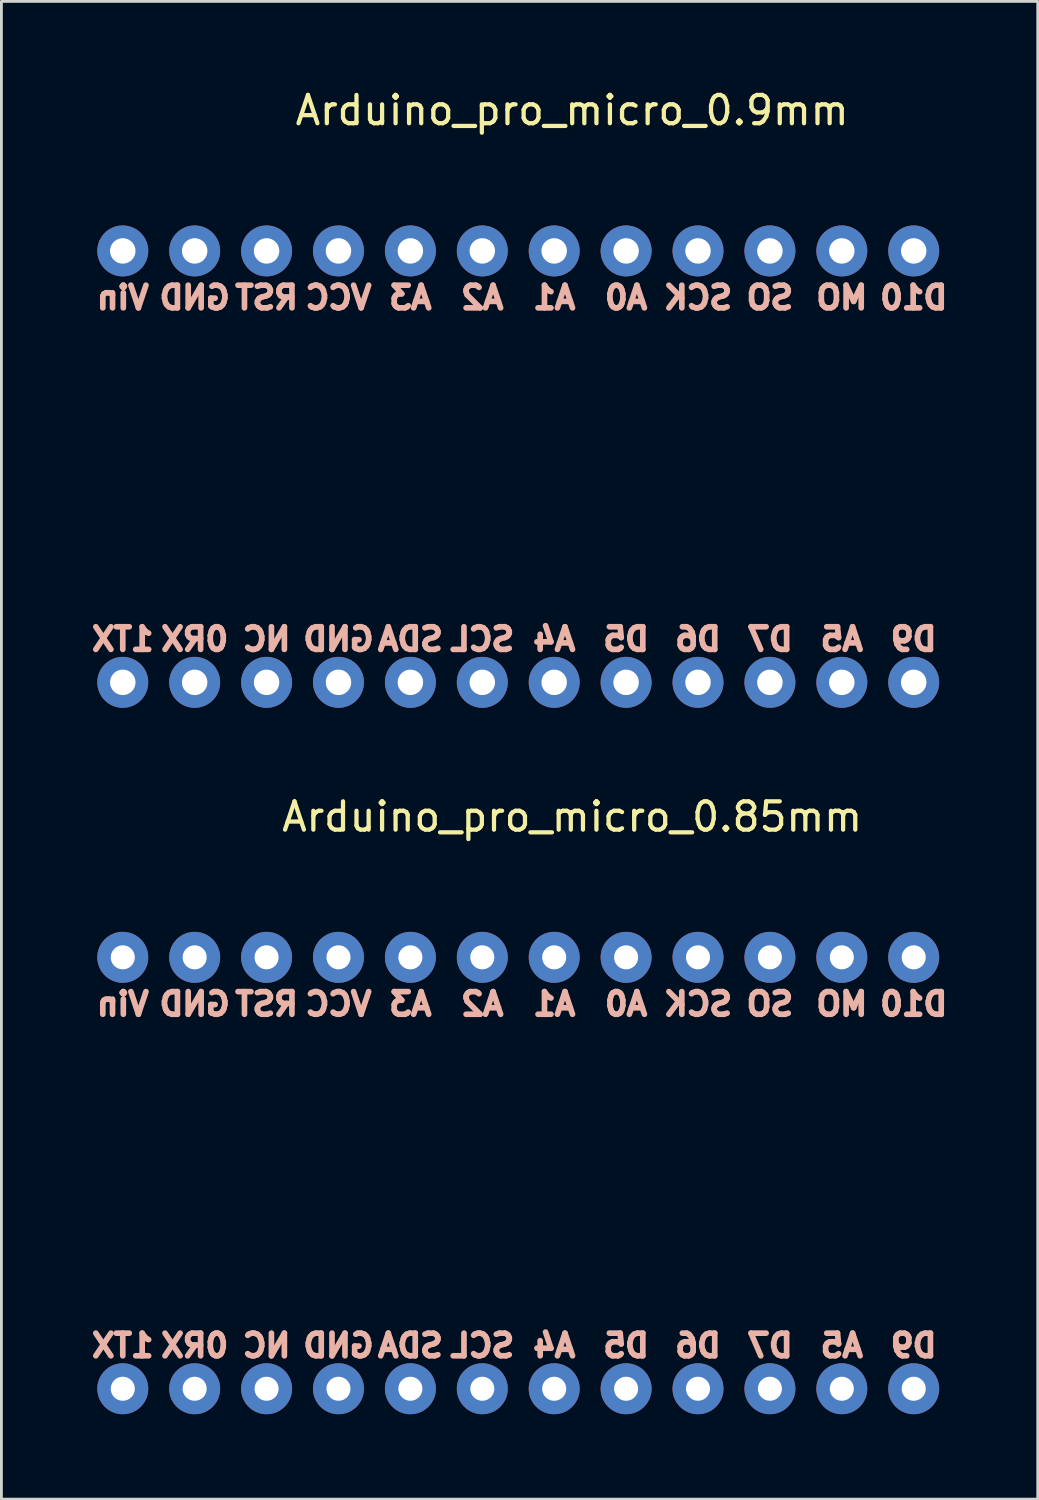
<source format=kicad_pcb>
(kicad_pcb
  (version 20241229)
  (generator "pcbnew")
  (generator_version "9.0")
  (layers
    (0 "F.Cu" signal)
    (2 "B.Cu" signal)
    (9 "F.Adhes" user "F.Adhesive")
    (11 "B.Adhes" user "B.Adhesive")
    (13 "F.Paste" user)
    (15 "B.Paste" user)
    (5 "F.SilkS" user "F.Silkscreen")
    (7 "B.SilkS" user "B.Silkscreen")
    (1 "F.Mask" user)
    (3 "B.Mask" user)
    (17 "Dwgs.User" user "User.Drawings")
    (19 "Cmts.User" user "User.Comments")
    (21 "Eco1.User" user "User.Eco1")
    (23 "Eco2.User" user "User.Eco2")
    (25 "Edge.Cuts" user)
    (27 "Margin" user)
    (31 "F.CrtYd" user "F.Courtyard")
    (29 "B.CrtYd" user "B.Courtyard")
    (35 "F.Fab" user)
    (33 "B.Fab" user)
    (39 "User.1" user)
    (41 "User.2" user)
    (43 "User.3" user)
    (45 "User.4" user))
  (footprint "Arduino_pro_micro_0.85mm"
    (layer "F.Cu")
    (at 13.987 35.848)
    (property "Reference" "Arduino_pro_micro_0.85mm" (at 3.175 -10.046 0) (layer "F.SilkS") (effects (font (size 1 1) (thickness 0.15))))
    (attr through_hole)
    (fp_text user "NC" (at -7.62 8.636 0) (layer "B.SilkS") (effects (font (size 0.8 0.8) (thickness 0.2)) (justify mirror)))
    (fp_text user "A1" (at 2.54 -3.429 0) (layer "B.SilkS") (effects (font (size 0.8 0.8) (thickness 0.2)) (justify mirror)))
    (fp_text user "SCK" (at 7.62 -3.429 0) (layer "B.SilkS") (effects (font (size 0.8 0.8) (thickness 0.2)) (justify mirror)))
    (fp_text user "A5" (at 12.7 8.636 0) (layer "B.SilkS") (effects (font (size 0.8 0.8) (thickness 0.2)) (justify mirror)))
    (fp_text user "D9" (at 15.24 8.636 0) (layer "B.SilkS") (effects (font (size 0.8 0.8) (thickness 0.2)) (justify mirror)))
    (fp_text user "A4" (at 2.54 8.636 0) (layer "B.SilkS") (effects (font (size 0.8 0.8) (thickness 0.2)) (justify mirror)))
    (fp_text user "D7" (at 10.16 8.636 0) (layer "B.SilkS") (effects (font (size 0.8 0.8) (thickness 0.2)) (justify mirror)))
    (fp_text user "VCC" (at -5.08 -3.429 0) (layer "B.SilkS") (effects (font (size 0.8 0.8) (thickness 0.2)) (justify mirror)))
    (fp_text user "D10" (at 15.24 -3.429 0) (layer "B.SilkS") (effects (font (size 0.8 0.8) (thickness 0.2)) (justify mirror)))
    (fp_text user "1TX" (at -12.7 8.636 0) (layer "B.SilkS") (effects (font (size 0.8 0.8) (thickness 0.2)) (justify mirror)))
    (fp_text user "D6" (at 7.62 8.636 0) (layer "B.SilkS") (effects (font (size 0.8 0.8) (thickness 0.2)) (justify mirror)))
    (fp_text user "SDA" (at -2.54 8.636 0) (layer "B.SilkS") (effects (font (size 0.8 0.8) (thickness 0.2)) (justify mirror)))
    (fp_text user "RST" (at -7.62 -3.429 0) (layer "B.SilkS") (effects (font (size 0.8 0.8) (thickness 0.2)) (justify mirror)))
    (fp_text user "SCL" (at 0 8.636 0) (layer "B.SilkS") (effects (font (size 0.8 0.8) (thickness 0.2)) (justify mirror)))
    (fp_text user "Vin" (at -12.7 -3.429 0) (layer "B.SilkS") (effects (font (size 0.8 0.8) (thickness 0.2)) (justify mirror)))
    (fp_text user "SO" (at 10.16 -3.429 0) (layer "B.SilkS") (effects (font (size 0.8 0.8) (thickness 0.2)) (justify mirror)))
    (fp_text user "A0" (at 5.08 -3.429 0) (layer "B.SilkS") (effects (font (size 0.8 0.8) (thickness 0.2)) (justify mirror)))
    (fp_text user "0RX" (at -10.16 8.636 0) (layer "B.SilkS") (effects (font (size 0.8 0.8) (thickness 0.2)) (justify mirror)))
    (fp_text user "D5" (at 5.08 8.636 0) (layer "B.SilkS") (effects (font (size 0.8 0.8) (thickness 0.2)) (justify mirror)))
    (fp_text user "GND" (at -10.16 -3.429 0) (layer "B.SilkS") (effects (font (size 0.8 0.8) (thickness 0.2)) (justify mirror)))
    (fp_text user "MO" (at 12.7 -3.429 0) (layer "B.SilkS") (effects (font (size 0.8 0.8) (thickness 0.2)) (justify mirror)))
    (fp_text user "A2" (at 0 -3.429 0) (layer "B.SilkS") (effects (font (size 0.8 0.8) (thickness 0.2)) (justify mirror)))
    (fp_text user "GND" (at -5.08 8.636 0) (layer "B.SilkS") (effects (font (size 0.8 0.8) (thickness 0.2)) (justify mirror)))
    (fp_text user "A3" (at -2.54 -3.429 0) (layer "B.SilkS") (effects (font (size 0.8 0.8) (thickness 0.2)) (justify mirror)))
    (pad "1" thru_hole circle (at -12.7 10.16) (size 1.8 1.8) (drill 0.85) (layers "*.Cu" "*.Mask"))
    (pad "2" thru_hole circle (at -10.16 10.16) (size 1.8 1.8) (drill 0.85) (layers "*.Cu" "*.Mask"))
    (pad "3" thru_hole circle (at -7.62 10.16) (size 1.8 1.8) (drill 0.85) (layers "*.Cu" "*.Mask"))
    (pad "4" thru_hole circle (at -5.08 10.16) (size 1.8 1.8) (drill 0.85) (layers "*.Cu" "*.Mask"))
    (pad "5" thru_hole circle (at -2.54 10.16) (size 1.8 1.8) (drill 0.85) (layers "*.Cu" "*.Mask"))
    (pad "6" thru_hole circle (at 0 10.16) (size 1.8 1.8) (drill 0.85) (layers "*.Cu" "*.Mask"))
    (pad "7" thru_hole circle (at 2.54 10.16) (size 1.8 1.8) (drill 0.85) (layers "*.Cu" "*.Mask"))
    (pad "8" thru_hole circle (at 5.08 10.16) (size 1.8 1.8) (drill 0.85) (layers "*.Cu" "*.Mask"))
    (pad "9" thru_hole circle (at 7.62 10.16) (size 1.8 1.8) (drill 0.85) (layers "*.Cu" "*.Mask"))
    (pad "10" thru_hole circle (at 10.16 10.16) (size 1.8 1.8) (drill 0.85) (layers "*.Cu" "*.Mask"))
    (pad "11" thru_hole circle (at 12.7 10.16) (size 1.8 1.8) (drill 0.85) (layers "*.Cu" "*.Mask"))
    (pad "12" thru_hole circle (at 15.24 10.16) (size 1.8 1.8) (drill 0.85) (layers "*.Cu" "*.Mask"))
    (pad "13" thru_hole circle (at 15.24 -5.08) (size 1.8 1.8) (drill 0.85) (layers "*.Cu" "*.Mask"))
    (pad "14" thru_hole circle (at 12.7 -5.08) (size 1.8 1.8) (drill 0.85) (layers "*.Cu" "*.Mask"))
    (pad "15" thru_hole circle (at 10.16 -5.08) (size 1.8 1.8) (drill 0.85) (layers "*.Cu" "*.Mask"))
    (pad "16" thru_hole circle (at 7.62 -5.08) (size 1.8 1.8) (drill 0.85) (layers "*.Cu" "*.Mask"))
    (pad "17" thru_hole circle (at 5.08 -5.08) (size 1.8 1.8) (drill 0.85) (layers "*.Cu" "*.Mask"))
    (pad "18" thru_hole circle (at 2.54 -5.08) (size 1.8 1.8) (drill 0.85) (layers "*.Cu" "*.Mask"))
    (pad "19" thru_hole circle (at 0 -5.08) (size 1.8 1.8) (drill 0.85) (layers "*.Cu" "*.Mask"))
    (pad "20" thru_hole circle (at -2.54 -5.08) (size 1.8 1.8) (drill 0.85) (layers "*.Cu" "*.Mask"))
    (pad "21" thru_hole circle (at -5.08 -5.08) (size 1.8 1.8) (drill 0.85) (layers "*.Cu" "*.Mask"))
    (pad "22" thru_hole circle (at -7.62 -5.08) (size 1.8 1.8) (drill 0.85) (layers "*.Cu" "*.Mask"))
    (pad "23" thru_hole circle (at -10.16 -5.08) (size 1.8 1.8) (drill 0.85) (layers "*.Cu" "*.Mask"))
    (pad "24" thru_hole circle (at -12.7 -5.08) (size 1.8 1.8) (drill 0.85) (layers "*.Cu" "*.Mask")))
  (footprint "Arduino_pro_micro_0.9mm"
    (layer "F.Cu")
    (at 13.987 10.894)
    (property "Reference" "Arduino_pro_micro_0.9mm" (at 3.175 -10.046 0) (layer "F.SilkS") (effects (font (size 1 1) (thickness 0.15))))
    (attr through_hole)
    (fp_text user "A0" (at 5.08 -3.429 0) (layer "B.SilkS") (effects (font (size 0.8 0.8) (thickness 0.2)) (justify mirror)))
    (fp_text user "D7" (at 10.16 8.636 0) (layer "B.SilkS") (effects (font (size 0.8 0.8) (thickness 0.2)) (justify mirror)))
    (fp_text user "SCK" (at 7.62 -3.429 0) (layer "B.SilkS") (effects (font (size 0.8 0.8) (thickness 0.2)) (justify mirror)))
    (fp_text user "MO" (at 12.7 -3.429 0) (layer "B.SilkS") (effects (font (size 0.8 0.8) (thickness 0.2)) (justify mirror)))
    (fp_text user "SO" (at 10.16 -3.429 0) (layer "B.SilkS") (effects (font (size 0.8 0.8) (thickness 0.2)) (justify mirror)))
    (fp_text user "D6" (at 7.62 8.636 0) (layer "B.SilkS") (effects (font (size 0.8 0.8) (thickness 0.2)) (justify mirror)))
    (fp_text user "RST" (at -7.62 -3.429 0) (layer "B.SilkS") (effects (font (size 0.8 0.8) (thickness 0.2)) (justify mirror)))
    (fp_text user "A1" (at 2.54 -3.429 0) (layer "B.SilkS") (effects (font (size 0.8 0.8) (thickness 0.2)) (justify mirror)))
    (fp_text user "1TX" (at -12.7 8.636 0) (layer "B.SilkS") (effects (font (size 0.8 0.8) (thickness 0.2)) (justify mirror)))
    (fp_text user "GND" (at -5.08 8.636 0) (layer "B.SilkS") (effects (font (size 0.8 0.8) (thickness 0.2)) (justify mirror)))
    (fp_text user "D5" (at 5.08 8.636 0) (layer "B.SilkS") (effects (font (size 0.8 0.8) (thickness 0.2)) (justify mirror)))
    (fp_text user "A2" (at 0 -3.429 0) (layer "B.SilkS") (effects (font (size 0.8 0.8) (thickness 0.2)) (justify mirror)))
    (fp_text user "D9" (at 15.24 8.636 0) (layer "B.SilkS") (effects (font (size 0.8 0.8) (thickness 0.2)) (justify mirror)))
    (fp_text user "NC" (at -7.62 8.636 0) (layer "B.SilkS") (effects (font (size 0.8 0.8) (thickness 0.2)) (justify mirror)))
    (fp_text user "A5" (at 12.7 8.636 0) (layer "B.SilkS") (effects (font (size 0.8 0.8) (thickness 0.2)) (justify mirror)))
    (fp_text user "0RX" (at -10.16 8.636 0) (layer "B.SilkS") (effects (font (size 0.8 0.8) (thickness 0.2)) (justify mirror)))
    (fp_text user "GND" (at -10.16 -3.429 0) (layer "B.SilkS") (effects (font (size 0.8 0.8) (thickness 0.2)) (justify mirror)))
    (fp_text user "D10" (at 15.24 -3.429 0) (layer "B.SilkS") (effects (font (size 0.8 0.8) (thickness 0.2)) (justify mirror)))
    (fp_text user "Vin" (at -12.7 -3.429 0) (layer "B.SilkS") (effects (font (size 0.8 0.8) (thickness 0.2)) (justify mirror)))
    (fp_text user "A4" (at 2.54 8.636 0) (layer "B.SilkS") (effects (font (size 0.8 0.8) (thickness 0.2)) (justify mirror)))
    (fp_text user "SDA" (at -2.54 8.636 0) (layer "B.SilkS") (effects (font (size 0.8 0.8) (thickness 0.2)) (justify mirror)))
    (fp_text user "A3" (at -2.54 -3.429 0) (layer "B.SilkS") (effects (font (size 0.8 0.8) (thickness 0.2)) (justify mirror)))
    (fp_text user "SCL" (at 0 8.636 0) (layer "B.SilkS") (effects (font (size 0.8 0.8) (thickness 0.2)) (justify mirror)))
    (fp_text user "VCC" (at -5.08 -3.429 0) (layer "B.SilkS") (effects (font (size 0.8 0.8) (thickness 0.2)) (justify mirror)))
    (pad "1" thru_hole circle (at -12.7 10.16) (size 1.8 1.8) (drill 0.9) (layers "*.Cu" "*.Mask"))
    (pad "2" thru_hole circle (at -10.16 10.16) (size 1.8 1.8) (drill 0.9) (layers "*.Cu" "*.Mask"))
    (pad "3" thru_hole circle (at -7.62 10.16) (size 1.8 1.8) (drill 0.9) (layers "*.Cu" "*.Mask"))
    (pad "4" thru_hole circle (at -5.08 10.16) (size 1.8 1.8) (drill 0.9) (layers "*.Cu" "*.Mask"))
    (pad "5" thru_hole circle (at -2.54 10.16) (size 1.8 1.8) (drill 0.9) (layers "*.Cu" "*.Mask"))
    (pad "6" thru_hole circle (at 0 10.16) (size 1.8 1.8) (drill 0.9) (layers "*.Cu" "*.Mask"))
    (pad "7" thru_hole circle (at 2.54 10.16) (size 1.8 1.8) (drill 0.9) (layers "*.Cu" "*.Mask"))
    (pad "8" thru_hole circle (at 5.08 10.16) (size 1.8 1.8) (drill 0.9) (layers "*.Cu" "*.Mask"))
    (pad "9" thru_hole circle (at 7.62 10.16) (size 1.8 1.8) (drill 0.9) (layers "*.Cu" "*.Mask"))
    (pad "10" thru_hole circle (at 10.16 10.16) (size 1.8 1.8) (drill 0.9) (layers "*.Cu" "*.Mask"))
    (pad "11" thru_hole circle (at 12.7 10.16) (size 1.8 1.8) (drill 0.9) (layers "*.Cu" "*.Mask"))
    (pad "12" thru_hole circle (at 15.24 10.16) (size 1.8 1.8) (drill 0.9) (layers "*.Cu" "*.Mask"))
    (pad "13" thru_hole circle (at 15.24 -5.08) (size 1.8 1.8) (drill 0.9) (layers "*.Cu" "*.Mask"))
    (pad "14" thru_hole circle (at 12.7 -5.08) (size 1.8 1.8) (drill 0.9) (layers "*.Cu" "*.Mask"))
    (pad "15" thru_hole circle (at 10.16 -5.08) (size 1.8 1.8) (drill 0.9) (layers "*.Cu" "*.Mask"))
    (pad "16" thru_hole circle (at 7.62 -5.08) (size 1.8 1.8) (drill 0.9) (layers "*.Cu" "*.Mask"))
    (pad "17" thru_hole circle (at 5.08 -5.08) (size 1.8 1.8) (drill 0.9) (layers "*.Cu" "*.Mask"))
    (pad "18" thru_hole circle (at 2.54 -5.08) (size 1.8 1.8) (drill 0.9) (layers "*.Cu" "*.Mask"))
    (pad "19" thru_hole circle (at 0 -5.08) (size 1.8 1.8) (drill 0.9) (layers "*.Cu" "*.Mask"))
    (pad "20" thru_hole circle (at -2.54 -5.08) (size 1.8 1.8) (drill 0.9) (layers "*.Cu" "*.Mask"))
    (pad "21" thru_hole circle (at -5.08 -5.08) (size 1.8 1.8) (drill 0.9) (layers "*.Cu" "*.Mask"))
    (pad "22" thru_hole circle (at -7.62 -5.08) (size 1.8 1.8) (drill 0.9) (layers "*.Cu" "*.Mask"))
    (pad "23" thru_hole circle (at -10.16 -5.08) (size 1.8 1.8) (drill 0.9) (layers "*.Cu" "*.Mask"))
    (pad "24" thru_hole circle (at -12.7 -5.08) (size 1.8 1.8) (drill 0.9) (layers "*.Cu" "*.Mask")))
  (gr_rect
    (start -3 -3)
    (end 33.609 49.908)
    (stroke (width 0.1) (type default))
    (fill no)
    (layer "Edge.Cuts")))
</source>
